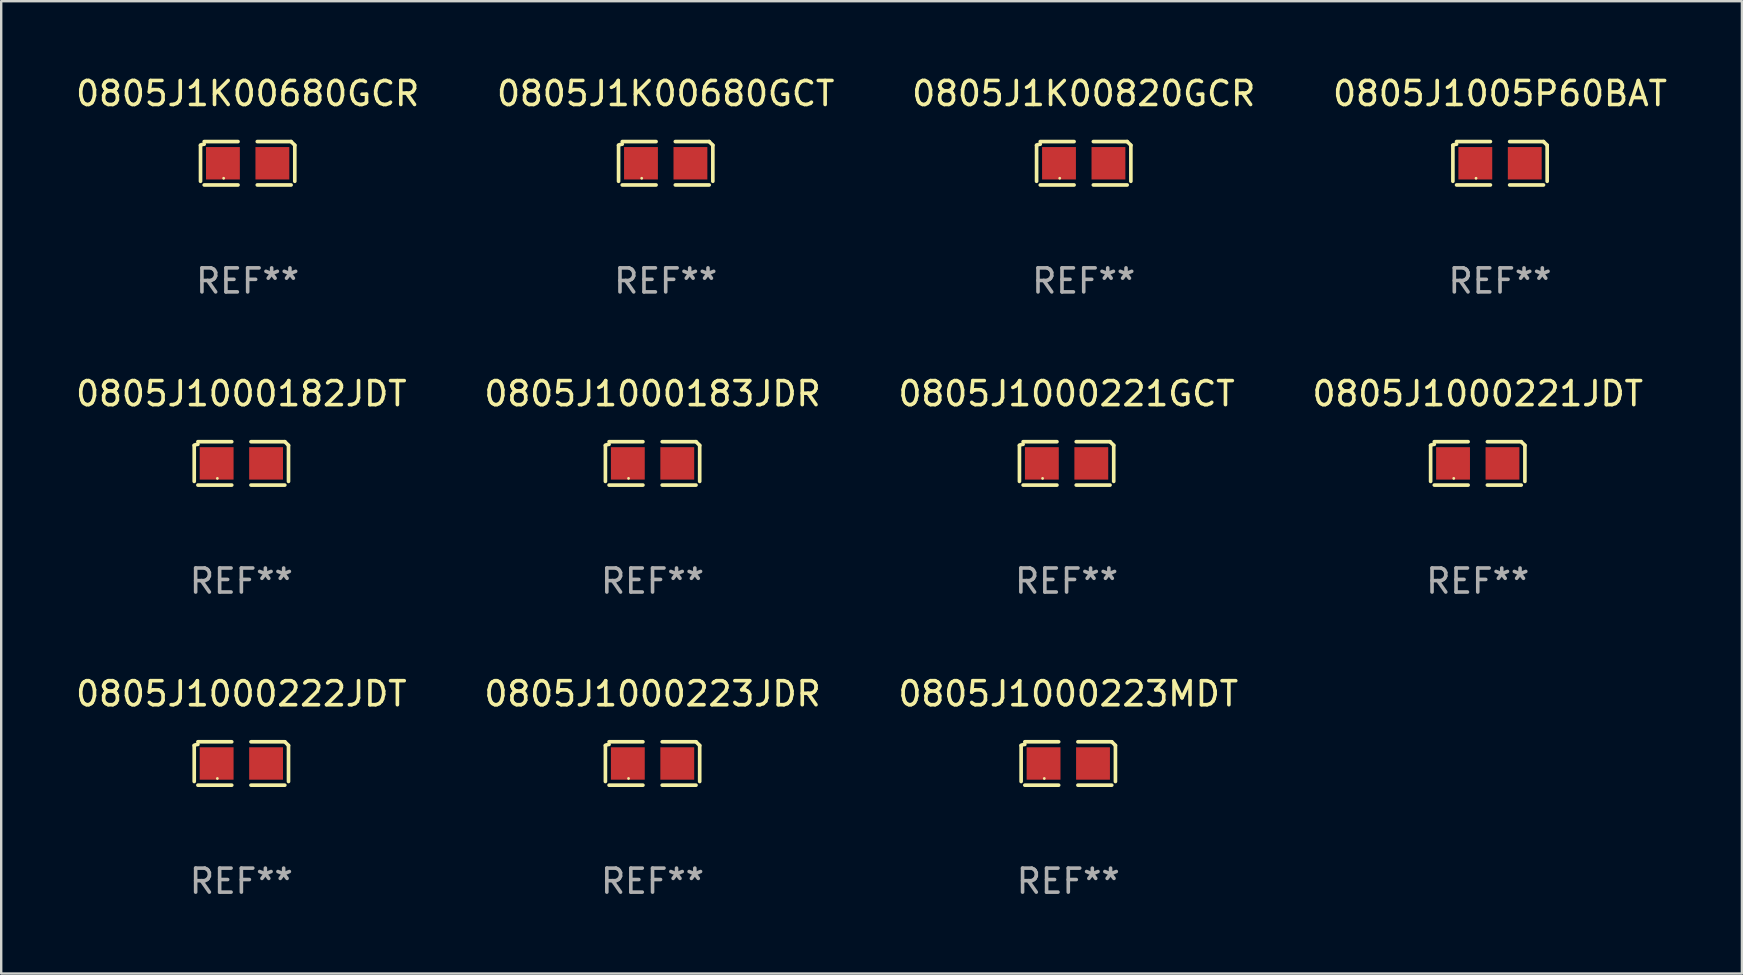
<source format=kicad_pcb>
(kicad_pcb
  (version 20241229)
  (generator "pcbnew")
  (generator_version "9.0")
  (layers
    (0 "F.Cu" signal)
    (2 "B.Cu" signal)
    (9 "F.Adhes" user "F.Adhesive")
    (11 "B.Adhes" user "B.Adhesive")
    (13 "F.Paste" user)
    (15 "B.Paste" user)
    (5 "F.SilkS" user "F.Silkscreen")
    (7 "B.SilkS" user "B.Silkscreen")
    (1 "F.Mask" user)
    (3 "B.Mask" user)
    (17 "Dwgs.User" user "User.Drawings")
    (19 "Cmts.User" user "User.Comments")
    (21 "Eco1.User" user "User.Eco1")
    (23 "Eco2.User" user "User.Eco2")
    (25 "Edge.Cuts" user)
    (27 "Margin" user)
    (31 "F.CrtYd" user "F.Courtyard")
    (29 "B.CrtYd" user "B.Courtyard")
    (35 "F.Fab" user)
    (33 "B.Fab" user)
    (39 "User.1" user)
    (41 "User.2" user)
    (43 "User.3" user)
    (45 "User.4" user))
  (footprint "0805J1000223MDT"
    (layer "F.Cu")
    (at 41.458 28.759)
    (property "Reference" "0805J1000223MDT" (at 0 -2.904 0) (layer "F.SilkS") (effects (font (size 1 1) (thickness 0.15))))
    (attr through_hole)
    (fp_line (start -1.964 0.751) (end -1.964 -0.751) (stroke (width 0.152) (type solid)) (layer "F.SilkS"))
    (fp_line (start -1.811 -0.904) (end -0.401 -0.904) (stroke (width 0.152) (type solid)) (layer "F.SilkS"))
    (fp_line (start -0.401 0.904) (end -1.811 0.904) (stroke (width 0.152) (type solid)) (layer "F.SilkS"))
    (fp_line (start 0.401 0.904) (end 1.811 0.904) (stroke (width 0.152) (type solid)) (layer "F.SilkS"))
    (fp_line (start 1.811 -0.904) (end 0.401 -0.904) (stroke (width 0.152) (type solid)) (layer "F.SilkS"))
    (fp_line (start 1.964 0.751) (end 1.964 -0.751) (stroke (width 0.152) (type solid)) (layer "F.SilkS"))
    (fp_arc (start -1.963602 -0.751207) (mid -1.890354 -0.783131) (end -1.811201 -0.794044) (stroke (width 0.1524) (type solid)) (layer "F.SilkS"))
    (fp_arc (start 1.811202 -0.903607) (mid 1.887413 -0.827418) (end 1.963602 -0.751207) (stroke (width 0.1524) (type solid)) (layer "F.SilkS"))
    (fp_circle (center -1 0.625) (end -0.97 0.625) (stroke (width 0.06) (type solid)) (fill no) (layer "F.SilkS"))
    (fp_text user "REF**" (at 0 4.904 0) (layer "F.Fab") (effects (font (size 1 1) (thickness 0.15))))
    (pad "1" smd rect (at -1.03 0) (size 1.41 1.35) (layers "F.Cu" "F.Mask" "F.Paste"))
    (pad "2" smd rect (at 1.03 0) (size 1.41 1.35) (layers "F.Cu" "F.Mask" "F.Paste")))
  (footprint "0805J1000221JDT"
    (layer "F.Cu")
    (at 58.518 16.256)
    (property "Reference" "0805J1000221JDT" (at 0 -2.904 0) (layer "F.SilkS") (effects (font (size 1 1) (thickness 0.15))))
    (attr through_hole)
    (fp_line (start -1.964 0.751) (end -1.964 -0.751) (stroke (width 0.152) (type solid)) (layer "F.SilkS"))
    (fp_line (start -1.811 -0.904) (end -0.401 -0.904) (stroke (width 0.152) (type solid)) (layer "F.SilkS"))
    (fp_line (start -0.401 0.904) (end -1.811 0.904) (stroke (width 0.152) (type solid)) (layer "F.SilkS"))
    (fp_line (start 0.401 0.904) (end 1.811 0.904) (stroke (width 0.152) (type solid)) (layer "F.SilkS"))
    (fp_line (start 1.811 -0.904) (end 0.401 -0.904) (stroke (width 0.152) (type solid)) (layer "F.SilkS"))
    (fp_line (start 1.964 0.751) (end 1.964 -0.751) (stroke (width 0.152) (type solid)) (layer "F.SilkS"))
    (fp_arc (start -1.963602 -0.751207) (mid -1.890354 -0.783131) (end -1.811201 -0.794044) (stroke (width 0.1524) (type solid)) (layer "F.SilkS"))
    (fp_arc (start 1.811202 -0.903607) (mid 1.887413 -0.827418) (end 1.963602 -0.751207) (stroke (width 0.1524) (type solid)) (layer "F.SilkS"))
    (fp_circle (center -1 0.625) (end -0.97 0.625) (stroke (width 0.06) (type solid)) (fill no) (layer "F.SilkS"))
    (fp_text user "REF**" (at 0 4.904 0) (layer "F.Fab") (effects (font (size 1 1) (thickness 0.15))))
    (pad "1" smd rect (at -1.03 0) (size 1.41 1.35) (layers "F.Cu" "F.Mask" "F.Paste"))
    (pad "2" smd rect (at 1.03 0) (size 1.41 1.35) (layers "F.Cu" "F.Mask" "F.Paste")))
  (footprint "0805J1K00680GCT"
    (layer "F.Cu")
    (at 24.685 3.752)
    (property "Reference" "0805J1K00680GCT" (at 0 -2.904 0) (layer "F.SilkS") (effects (font (size 1 1) (thickness 0.15))))
    (attr through_hole)
    (fp_line (start -1.964 0.751) (end -1.964 -0.751) (stroke (width 0.152) (type solid)) (layer "F.SilkS"))
    (fp_line (start -1.811 -0.904) (end -0.401 -0.904) (stroke (width 0.152) (type solid)) (layer "F.SilkS"))
    (fp_line (start -0.401 0.904) (end -1.811 0.904) (stroke (width 0.152) (type solid)) (layer "F.SilkS"))
    (fp_line (start 0.401 0.904) (end 1.811 0.904) (stroke (width 0.152) (type solid)) (layer "F.SilkS"))
    (fp_line (start 1.811 -0.904) (end 0.401 -0.904) (stroke (width 0.152) (type solid)) (layer "F.SilkS"))
    (fp_line (start 1.964 0.751) (end 1.964 -0.751) (stroke (width 0.152) (type solid)) (layer "F.SilkS"))
    (fp_arc (start -1.963602 -0.751207) (mid -1.890354 -0.783131) (end -1.811201 -0.794044) (stroke (width 0.1524) (type solid)) (layer "F.SilkS"))
    (fp_arc (start 1.811202 -0.903607) (mid 1.887413 -0.827418) (end 1.963602 -0.751207) (stroke (width 0.1524) (type solid)) (layer "F.SilkS"))
    (fp_circle (center -1 0.625) (end -0.97 0.625) (stroke (width 0.06) (type solid)) (fill no) (layer "F.SilkS"))
    (fp_text user "REF**" (at 0 4.904 0) (layer "F.Fab") (effects (font (size 1 1) (thickness 0.15))))
    (pad "1" smd rect (at -1.03 0) (size 1.41 1.35) (layers "F.Cu" "F.Mask" "F.Paste"))
    (pad "2" smd rect (at 1.03 0) (size 1.41 1.35) (layers "F.Cu" "F.Mask" "F.Paste")))
  (footprint "0805J1000222JDT"
    (layer "F.Cu")
    (at 7.006 28.759)
    (property "Reference" "0805J1000222JDT" (at 0 -2.904 0) (layer "F.SilkS") (effects (font (size 1 1) (thickness 0.15))))
    (attr through_hole)
    (fp_line (start -1.964 0.751) (end -1.964 -0.751) (stroke (width 0.152) (type solid)) (layer "F.SilkS"))
    (fp_line (start -1.811 -0.904) (end -0.401 -0.904) (stroke (width 0.152) (type solid)) (layer "F.SilkS"))
    (fp_line (start -0.401 0.904) (end -1.811 0.904) (stroke (width 0.152) (type solid)) (layer "F.SilkS"))
    (fp_line (start 0.401 0.904) (end 1.811 0.904) (stroke (width 0.152) (type solid)) (layer "F.SilkS"))
    (fp_line (start 1.811 -0.904) (end 0.401 -0.904) (stroke (width 0.152) (type solid)) (layer "F.SilkS"))
    (fp_line (start 1.964 0.751) (end 1.964 -0.751) (stroke (width 0.152) (type solid)) (layer "F.SilkS"))
    (fp_arc (start -1.963602 -0.751207) (mid -1.890354 -0.783131) (end -1.811201 -0.794044) (stroke (width 0.1524) (type solid)) (layer "F.SilkS"))
    (fp_arc (start 1.811202 -0.903607) (mid 1.887413 -0.827418) (end 1.963602 -0.751207) (stroke (width 0.1524) (type solid)) (layer "F.SilkS"))
    (fp_circle (center -1 0.625) (end -0.97 0.625) (stroke (width 0.06) (type solid)) (fill no) (layer "F.SilkS"))
    (fp_text user "REF**" (at 0 4.904 0) (layer "F.Fab") (effects (font (size 1 1) (thickness 0.15))))
    (pad "1" smd rect (at -1.03 0) (size 1.41 1.35) (layers "F.Cu" "F.Mask" "F.Paste"))
    (pad "2" smd rect (at 1.03 0) (size 1.41 1.35) (layers "F.Cu" "F.Mask" "F.Paste")))
  (footprint "0805J1K00680GCR"
    (layer "F.Cu")
    (at 7.268 3.752)
    (property "Reference" "0805J1K00680GCR" (at 0 -2.904 0) (layer "F.SilkS") (effects (font (size 1 1) (thickness 0.15))))
    (attr through_hole)
    (fp_line (start -1.964 0.751) (end -1.964 -0.751) (stroke (width 0.152) (type solid)) (layer "F.SilkS"))
    (fp_line (start -1.811 -0.904) (end -0.401 -0.904) (stroke (width 0.152) (type solid)) (layer "F.SilkS"))
    (fp_line (start -0.401 0.904) (end -1.811 0.904) (stroke (width 0.152) (type solid)) (layer "F.SilkS"))
    (fp_line (start 0.401 0.904) (end 1.811 0.904) (stroke (width 0.152) (type solid)) (layer "F.SilkS"))
    (fp_line (start 1.811 -0.904) (end 0.401 -0.904) (stroke (width 0.152) (type solid)) (layer "F.SilkS"))
    (fp_line (start 1.964 0.751) (end 1.964 -0.751) (stroke (width 0.152) (type solid)) (layer "F.SilkS"))
    (fp_arc (start -1.963602 -0.751207) (mid -1.890354 -0.783131) (end -1.811201 -0.794044) (stroke (width 0.1524) (type solid)) (layer "F.SilkS"))
    (fp_arc (start 1.811202 -0.903607) (mid 1.887413 -0.827418) (end 1.963602 -0.751207) (stroke (width 0.1524) (type solid)) (layer "F.SilkS"))
    (fp_circle (center -1 0.625) (end -0.97 0.625) (stroke (width 0.06) (type solid)) (fill no) (layer "F.SilkS"))
    (fp_text user "REF**" (at 0 4.904 0) (layer "F.Fab") (effects (font (size 1 1) (thickness 0.15))))
    (pad "1" smd rect (at -1.03 0) (size 1.41 1.35) (layers "F.Cu" "F.Mask" "F.Paste"))
    (pad "2" smd rect (at 1.03 0) (size 1.41 1.35) (layers "F.Cu" "F.Mask" "F.Paste")))
  (footprint "0805J1000223JDR"
    (layer "F.Cu")
    (at 24.137 28.759)
    (property "Reference" "0805J1000223JDR" (at 0 -2.904 0) (layer "F.SilkS") (effects (font (size 1 1) (thickness 0.15))))
    (attr through_hole)
    (fp_line (start -1.964 0.751) (end -1.964 -0.751) (stroke (width 0.152) (type solid)) (layer "F.SilkS"))
    (fp_line (start -1.811 -0.904) (end -0.401 -0.904) (stroke (width 0.152) (type solid)) (layer "F.SilkS"))
    (fp_line (start -0.401 0.904) (end -1.811 0.904) (stroke (width 0.152) (type solid)) (layer "F.SilkS"))
    (fp_line (start 0.401 0.904) (end 1.811 0.904) (stroke (width 0.152) (type solid)) (layer "F.SilkS"))
    (fp_line (start 1.811 -0.904) (end 0.401 -0.904) (stroke (width 0.152) (type solid)) (layer "F.SilkS"))
    (fp_line (start 1.964 0.751) (end 1.964 -0.751) (stroke (width 0.152) (type solid)) (layer "F.SilkS"))
    (fp_arc (start -1.963602 -0.751207) (mid -1.890354 -0.783131) (end -1.811201 -0.794044) (stroke (width 0.1524) (type solid)) (layer "F.SilkS"))
    (fp_arc (start 1.811202 -0.903607) (mid 1.887413 -0.827418) (end 1.963602 -0.751207) (stroke (width 0.1524) (type solid)) (layer "F.SilkS"))
    (fp_circle (center -1 0.625) (end -0.97 0.625) (stroke (width 0.06) (type solid)) (fill no) (layer "F.SilkS"))
    (fp_text user "REF**" (at 0 4.904 0) (layer "F.Fab") (effects (font (size 1 1) (thickness 0.15))))
    (pad "1" smd rect (at -1.03 0) (size 1.41 1.35) (layers "F.Cu" "F.Mask" "F.Paste"))
    (pad "2" smd rect (at 1.03 0) (size 1.41 1.35) (layers "F.Cu" "F.Mask" "F.Paste")))
  (footprint "0805J1000221GCT"
    (layer "F.Cu")
    (at 41.387 16.256)
    (property "Reference" "0805J1000221GCT" (at 0 -2.904 0) (layer "F.SilkS") (effects (font (size 1 1) (thickness 0.15))))
    (attr through_hole)
    (fp_line (start -1.964 0.751) (end -1.964 -0.751) (stroke (width 0.152) (type solid)) (layer "F.SilkS"))
    (fp_line (start -1.811 -0.904) (end -0.401 -0.904) (stroke (width 0.152) (type solid)) (layer "F.SilkS"))
    (fp_line (start -0.401 0.904) (end -1.811 0.904) (stroke (width 0.152) (type solid)) (layer "F.SilkS"))
    (fp_line (start 0.401 0.904) (end 1.811 0.904) (stroke (width 0.152) (type solid)) (layer "F.SilkS"))
    (fp_line (start 1.811 -0.904) (end 0.401 -0.904) (stroke (width 0.152) (type solid)) (layer "F.SilkS"))
    (fp_line (start 1.964 0.751) (end 1.964 -0.751) (stroke (width 0.152) (type solid)) (layer "F.SilkS"))
    (fp_arc (start -1.963602 -0.751207) (mid -1.890354 -0.783131) (end -1.811201 -0.794044) (stroke (width 0.1524) (type solid)) (layer "F.SilkS"))
    (fp_arc (start 1.811202 -0.903607) (mid 1.887413 -0.827418) (end 1.963602 -0.751207) (stroke (width 0.1524) (type solid)) (layer "F.SilkS"))
    (fp_circle (center -1 0.625) (end -0.97 0.625) (stroke (width 0.06) (type solid)) (fill no) (layer "F.SilkS"))
    (fp_text user "REF**" (at 0 4.904 0) (layer "F.Fab") (effects (font (size 1 1) (thickness 0.15))))
    (pad "1" smd rect (at -1.03 0) (size 1.41 1.35) (layers "F.Cu" "F.Mask" "F.Paste"))
    (pad "2" smd rect (at 1.03 0) (size 1.41 1.35) (layers "F.Cu" "F.Mask" "F.Paste")))
  (footprint "0805J1000182JDT"
    (layer "F.Cu")
    (at 7.006 16.256)
    (property "Reference" "0805J1000182JDT" (at 0 -2.904 0) (layer "F.SilkS") (effects (font (size 1 1) (thickness 0.15))))
    (attr through_hole)
    (fp_line (start -1.964 0.751) (end -1.964 -0.751) (stroke (width 0.152) (type solid)) (layer "F.SilkS"))
    (fp_line (start -1.811 -0.904) (end -0.401 -0.904) (stroke (width 0.152) (type solid)) (layer "F.SilkS"))
    (fp_line (start -0.401 0.904) (end -1.811 0.904) (stroke (width 0.152) (type solid)) (layer "F.SilkS"))
    (fp_line (start 0.401 0.904) (end 1.811 0.904) (stroke (width 0.152) (type solid)) (layer "F.SilkS"))
    (fp_line (start 1.811 -0.904) (end 0.401 -0.904) (stroke (width 0.152) (type solid)) (layer "F.SilkS"))
    (fp_line (start 1.964 0.751) (end 1.964 -0.751) (stroke (width 0.152) (type solid)) (layer "F.SilkS"))
    (fp_arc (start -1.963602 -0.751207) (mid -1.890354 -0.783131) (end -1.811201 -0.794044) (stroke (width 0.1524) (type solid)) (layer "F.SilkS"))
    (fp_arc (start 1.811202 -0.903607) (mid 1.887413 -0.827418) (end 1.963602 -0.751207) (stroke (width 0.1524) (type solid)) (layer "F.SilkS"))
    (fp_circle (center -1 0.625) (end -0.97 0.625) (stroke (width 0.06) (type solid)) (fill no) (layer "F.SilkS"))
    (fp_text user "REF**" (at 0 4.904 0) (layer "F.Fab") (effects (font (size 1 1) (thickness 0.15))))
    (pad "1" smd rect (at -1.03 0) (size 1.41 1.35) (layers "F.Cu" "F.Mask" "F.Paste"))
    (pad "2" smd rect (at 1.03 0) (size 1.41 1.35) (layers "F.Cu" "F.Mask" "F.Paste")))
  (footprint "0805J1K00820GCR"
    (layer "F.Cu")
    (at 42.101 3.752)
    (property "Reference" "0805J1K00820GCR" (at 0 -2.904 0) (layer "F.SilkS") (effects (font (size 1 1) (thickness 0.15))))
    (attr through_hole)
    (fp_line (start -1.964 0.751) (end -1.964 -0.751) (stroke (width 0.152) (type solid)) (layer "F.SilkS"))
    (fp_line (start -1.811 -0.904) (end -0.401 -0.904) (stroke (width 0.152) (type solid)) (layer "F.SilkS"))
    (fp_line (start -0.401 0.904) (end -1.811 0.904) (stroke (width 0.152) (type solid)) (layer "F.SilkS"))
    (fp_line (start 0.401 0.904) (end 1.811 0.904) (stroke (width 0.152) (type solid)) (layer "F.SilkS"))
    (fp_line (start 1.811 -0.904) (end 0.401 -0.904) (stroke (width 0.152) (type solid)) (layer "F.SilkS"))
    (fp_line (start 1.964 0.751) (end 1.964 -0.751) (stroke (width 0.152) (type solid)) (layer "F.SilkS"))
    (fp_arc (start -1.963602 -0.751207) (mid -1.890354 -0.783131) (end -1.811201 -0.794044) (stroke (width 0.1524) (type solid)) (layer "F.SilkS"))
    (fp_arc (start 1.811202 -0.903607) (mid 1.887413 -0.827418) (end 1.963602 -0.751207) (stroke (width 0.1524) (type solid)) (layer "F.SilkS"))
    (fp_circle (center -1 0.625) (end -0.97 0.625) (stroke (width 0.06) (type solid)) (fill no) (layer "F.SilkS"))
    (fp_text user "REF**" (at 0 4.904 0) (layer "F.Fab") (effects (font (size 1 1) (thickness 0.15))))
    (pad "1" smd rect (at -1.03 0) (size 1.41 1.35) (layers "F.Cu" "F.Mask" "F.Paste"))
    (pad "2" smd rect (at 1.03 0) (size 1.41 1.35) (layers "F.Cu" "F.Mask" "F.Paste")))
  (footprint "0805J1005P60BAT"
    (layer "F.Cu")
    (at 59.446 3.752)
    (property "Reference" "0805J1005P60BAT" (at 0 -2.904 0) (layer "F.SilkS") (effects (font (size 1 1) (thickness 0.15))))
    (attr through_hole)
    (fp_line (start -1.964 0.751) (end -1.964 -0.751) (stroke (width 0.152) (type solid)) (layer "F.SilkS"))
    (fp_line (start -1.811 -0.904) (end -0.401 -0.904) (stroke (width 0.152) (type solid)) (layer "F.SilkS"))
    (fp_line (start -0.401 0.904) (end -1.811 0.904) (stroke (width 0.152) (type solid)) (layer "F.SilkS"))
    (fp_line (start 0.401 0.904) (end 1.811 0.904) (stroke (width 0.152) (type solid)) (layer "F.SilkS"))
    (fp_line (start 1.811 -0.904) (end 0.401 -0.904) (stroke (width 0.152) (type solid)) (layer "F.SilkS"))
    (fp_line (start 1.964 0.751) (end 1.964 -0.751) (stroke (width 0.152) (type solid)) (layer "F.SilkS"))
    (fp_arc (start -1.963602 -0.751207) (mid -1.890354 -0.783131) (end -1.811201 -0.794044) (stroke (width 0.1524) (type solid)) (layer "F.SilkS"))
    (fp_arc (start 1.811202 -0.903607) (mid 1.887413 -0.827418) (end 1.963602 -0.751207) (stroke (width 0.1524) (type solid)) (layer "F.SilkS"))
    (fp_circle (center -1 0.625) (end -0.97 0.625) (stroke (width 0.06) (type solid)) (fill no) (layer "F.SilkS"))
    (fp_text user "REF**" (at 0 4.904 0) (layer "F.Fab") (effects (font (size 1 1) (thickness 0.15))))
    (pad "1" smd rect (at -1.03 0) (size 1.41 1.35) (layers "F.Cu" "F.Mask" "F.Paste"))
    (pad "2" smd rect (at 1.03 0) (size 1.41 1.35) (layers "F.Cu" "F.Mask" "F.Paste")))
  (footprint "0805J1000183JDR"
    (layer "F.Cu")
    (at 24.137 16.256)
    (property "Reference" "0805J1000183JDR" (at 0 -2.904 0) (layer "F.SilkS") (effects (font (size 1 1) (thickness 0.15))))
    (attr through_hole)
    (fp_line (start -1.964 0.751) (end -1.964 -0.751) (stroke (width 0.152) (type solid)) (layer "F.SilkS"))
    (fp_line (start -1.811 -0.904) (end -0.401 -0.904) (stroke (width 0.152) (type solid)) (layer "F.SilkS"))
    (fp_line (start -0.401 0.904) (end -1.811 0.904) (stroke (width 0.152) (type solid)) (layer "F.SilkS"))
    (fp_line (start 0.401 0.904) (end 1.811 0.904) (stroke (width 0.152) (type solid)) (layer "F.SilkS"))
    (fp_line (start 1.811 -0.904) (end 0.401 -0.904) (stroke (width 0.152) (type solid)) (layer "F.SilkS"))
    (fp_line (start 1.964 0.751) (end 1.964 -0.751) (stroke (width 0.152) (type solid)) (layer "F.SilkS"))
    (fp_arc (start -1.963602 -0.751207) (mid -1.890354 -0.783131) (end -1.811201 -0.794044) (stroke (width 0.1524) (type solid)) (layer "F.SilkS"))
    (fp_arc (start 1.811202 -0.903607) (mid 1.887413 -0.827418) (end 1.963602 -0.751207) (stroke (width 0.1524) (type solid)) (layer "F.SilkS"))
    (fp_circle (center -1 0.625) (end -0.97 0.625) (stroke (width 0.06) (type solid)) (fill no) (layer "F.SilkS"))
    (fp_text user "REF**" (at 0 4.904 0) (layer "F.Fab") (effects (font (size 1 1) (thickness 0.15))))
    (pad "1" smd rect (at -1.03 0) (size 1.41 1.35) (layers "F.Cu" "F.Mask" "F.Paste"))
    (pad "2" smd rect (at 1.03 0) (size 1.41 1.35) (layers "F.Cu" "F.Mask" "F.Paste")))
  (gr_rect
    (start -3 -3)
    (end 69.524 37.511)
    (stroke (width 0.1) (type default))
    (fill no)
    (layer "Edge.Cuts")))
</source>
